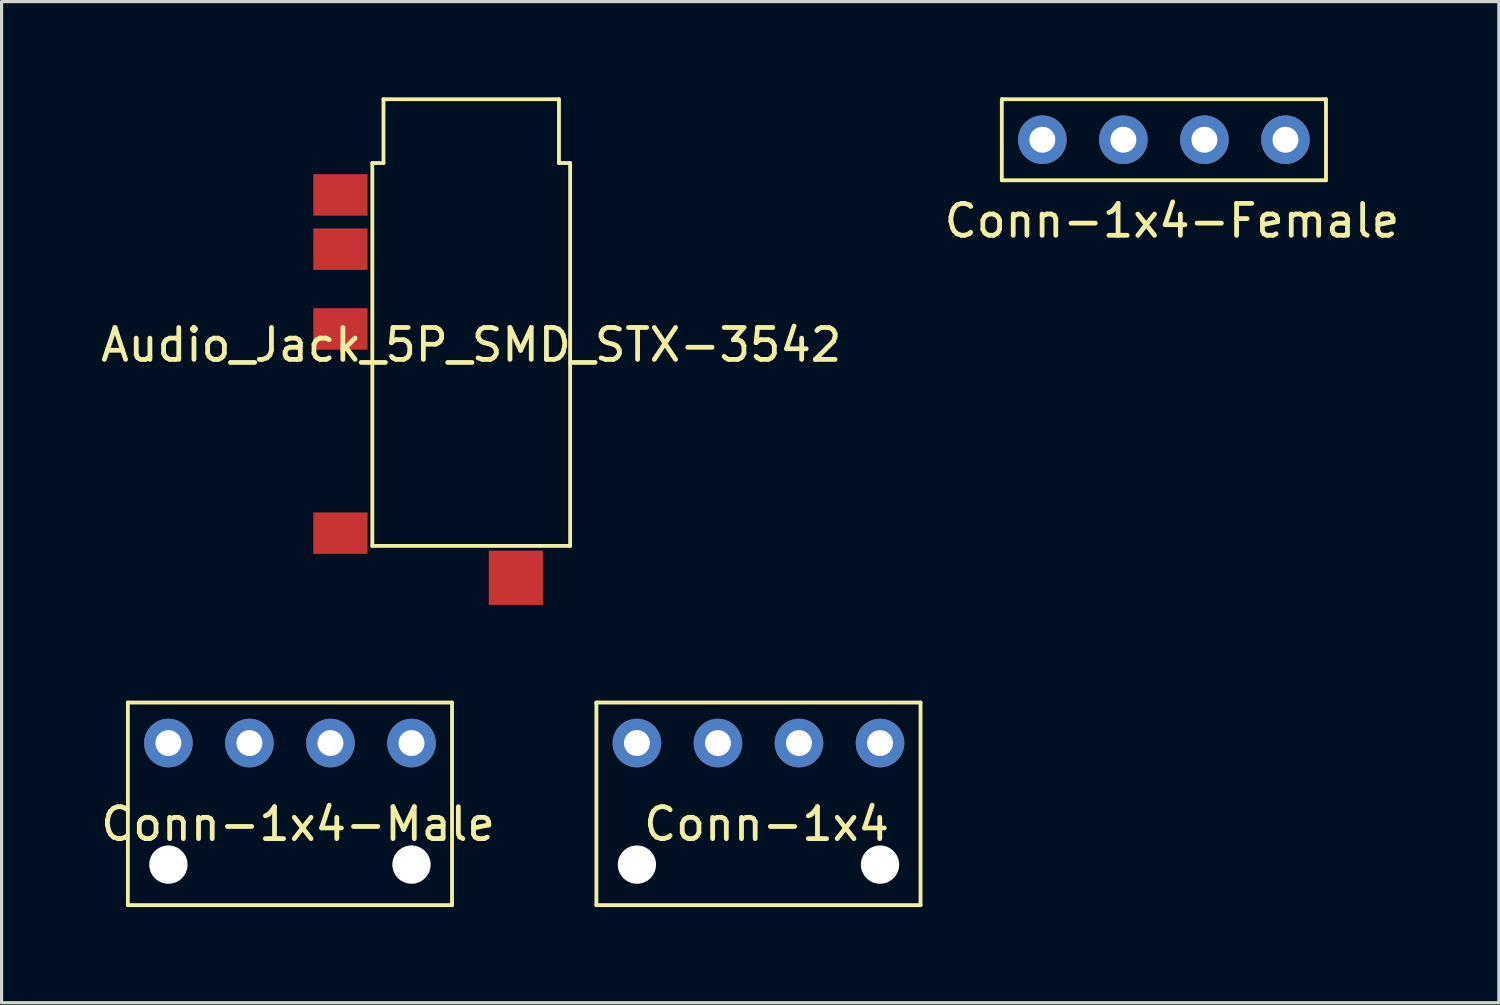
<source format=kicad_pcb>
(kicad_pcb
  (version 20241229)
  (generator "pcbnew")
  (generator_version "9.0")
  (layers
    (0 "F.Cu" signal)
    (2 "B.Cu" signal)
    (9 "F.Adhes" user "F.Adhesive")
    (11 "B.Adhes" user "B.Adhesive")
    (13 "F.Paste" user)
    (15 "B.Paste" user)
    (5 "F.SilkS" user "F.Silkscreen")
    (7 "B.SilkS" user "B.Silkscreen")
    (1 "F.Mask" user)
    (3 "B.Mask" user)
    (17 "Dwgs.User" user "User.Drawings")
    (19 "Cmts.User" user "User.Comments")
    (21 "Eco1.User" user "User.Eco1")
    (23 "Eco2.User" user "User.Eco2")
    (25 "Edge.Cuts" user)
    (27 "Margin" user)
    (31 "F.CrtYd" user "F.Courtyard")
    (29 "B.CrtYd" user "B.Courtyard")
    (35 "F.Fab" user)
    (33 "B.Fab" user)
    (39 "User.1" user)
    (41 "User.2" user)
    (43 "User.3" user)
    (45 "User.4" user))
  (footprint "Audio_Jack_5P_SMD_STX-3542"
    (layer "F.Cu")
    (at 11.72 8.06)
    (property "Reference" "Audio_Jack_5P_SMD_STX-3542" (at 0 -0.3 0) (layer "F.SilkS") (effects (font (size 1 1) (thickness 0.15))))
    (attr through_hole)
    (fp_line (start -3.1 6) (end -3.1 -6) (stroke (width 0.12) (type solid)) (layer "F.SilkS"))
    (fp_line (start -2.75 -8) (end -2.75 -6) (stroke (width 0.12) (type solid)) (layer "F.SilkS"))
    (fp_line (start -2.75 -6) (end -3.1 -6) (stroke (width 0.12) (type solid)) (layer "F.SilkS"))
    (fp_line (start 2.75 -8) (end -2.75 -8) (stroke (width 0.12) (type solid)) (layer "F.SilkS"))
    (fp_line (start 2.75 -8) (end 2.75 -6) (stroke (width 0.12) (type solid)) (layer "F.SilkS"))
    (fp_line (start 2.75 -6) (end 3.1 -6) (stroke (width 0.12) (type solid)) (layer "F.SilkS"))
    (fp_line (start 3.1 -6) (end 3.1 6) (stroke (width 0.12) (type solid)) (layer "F.SilkS"))
    (fp_line (start 3.1 6) (end -3.1 6) (stroke (width 0.12) (type solid)) (layer "F.SilkS"))
    (pad "1" smd rect (at -4.1 -5) (size 1.7 1.3) (layers "F.Cu" "F.Mask" "F.Paste"))
    (pad "2" smd rect (at -4.1 5.6) (size 1.7 1.3) (layers "F.Cu" "F.Mask" "F.Paste"))
    (pad "3" smd rect (at 1.4 7 90) (size 1.7 1.7) (layers "F.Cu" "F.Mask" "F.Paste"))
    (pad "4" smd rect (at -4.1 -0.8) (size 1.7 1.3) (layers "F.Cu" "F.Mask" "F.Paste"))
    (pad "5" smd rect (at -4.1 -3.3) (size 1.7 1.3) (layers "F.Cu" "F.Mask" "F.Paste")))
  (footprint "Conn-1x4"
    (layer "F.Cu")
    (at 16.913 20.24)
    (property "Reference" "Conn-1x4" (at 4.064 2.54 0) (layer "F.SilkS") (effects (font (size 1 1) (thickness 0.15))))
    (attr through_hole)
    (fp_line (start -1.27 -1.27) (end 8.89 -1.27) (stroke (width 0.12) (type solid)) (layer "F.SilkS"))
    (fp_line (start -1.27 5.08) (end -1.27 -1.27) (stroke (width 0.12) (type solid)) (layer "F.SilkS"))
    (fp_line (start 8.89 5.08) (end -1.27 5.08) (stroke (width 0.12) (type solid)) (layer "F.SilkS"))
    (fp_line (start 8.89 5.08) (end 8.89 -1.27) (stroke (width 0.12) (type solid)) (layer "F.SilkS"))
    (pad "" np_thru_hole circle (at 0 3.81 90) (size 1.2 1.2) (drill 1.2) (layers "*.Cu" "*.Mask"))
    (pad "" np_thru_hole circle (at 7.62 3.81 90) (size 1.2 1.2) (drill 1.2) (layers "*.Cu" "*.Mask"))
    (pad "1" thru_hole circle (at 0 0) (size 1.524 1.524) (drill 0.813) (layers "*.Cu" "*.Mask"))
    (pad "2" thru_hole circle (at 2.54 0) (size 1.524 1.524) (drill 0.813) (layers "*.Cu" "*.Mask"))
    (pad "3" thru_hole circle (at 5.08 0) (size 1.524 1.524) (drill 0.813) (layers "*.Cu" "*.Mask"))
    (pad "4" thru_hole circle (at 7.62 0) (size 1.524 1.524) (drill 0.813) (layers "*.Cu" "*.Mask")))
  (footprint "Conn-1x4-Female"
    (layer "F.Cu")
    (at 29.621 1.33)
    (property "Reference" "Conn-1x4-Female" (at 4.064 2.54 0) (layer "F.SilkS") (effects (font (size 1 1) (thickness 0.15))))
    (attr through_hole)
    (fp_line (start -1.27 -1.27) (end 8.89 -1.27) (stroke (width 0.12) (type solid)) (layer "F.SilkS"))
    (fp_line (start -1.27 1.27) (end -1.27 -1.27) (stroke (width 0.12) (type solid)) (layer "F.SilkS"))
    (fp_line (start 8.89 -1.27) (end 8.89 1.27) (stroke (width 0.12) (type solid)) (layer "F.SilkS"))
    (fp_line (start 8.89 1.27) (end -1.27 1.27) (stroke (width 0.12) (type solid)) (layer "F.SilkS"))
    (pad "1" thru_hole circle (at 0 0) (size 1.524 1.524) (drill 0.813) (layers "*.Cu" "*.Mask"))
    (pad "2" thru_hole circle (at 2.54 0) (size 1.524 1.524) (drill 0.813) (layers "*.Cu" "*.Mask"))
    (pad "3" thru_hole circle (at 5.08 0) (size 1.524 1.524) (drill 0.813) (layers "*.Cu" "*.Mask"))
    (pad "4" thru_hole circle (at 7.62 0) (size 1.524 1.524) (drill 0.813) (layers "*.Cu" "*.Mask")))
  (footprint "Conn-1x4-Male"
    (layer "F.Cu")
    (at 2.228 20.24)
    (property "Reference" "Conn-1x4-Male" (at 4.064 2.54 0) (layer "F.SilkS") (effects (font (size 1 1) (thickness 0.15))))
    (attr through_hole)
    (fp_line (start -1.27 -1.27) (end 8.89 -1.27) (stroke (width 0.12) (type solid)) (layer "F.SilkS"))
    (fp_line (start -1.27 5.08) (end -1.27 -1.27) (stroke (width 0.12) (type solid)) (layer "F.SilkS"))
    (fp_line (start 8.89 5.08) (end -1.27 5.08) (stroke (width 0.12) (type solid)) (layer "F.SilkS"))
    (fp_line (start 8.89 5.08) (end 8.89 -1.27) (stroke (width 0.12) (type solid)) (layer "F.SilkS"))
    (pad "" np_thru_hole circle (at 0 3.81 90) (size 1.2 1.2) (drill 1.2) (layers "*.Cu" "*.Mask"))
    (pad "" np_thru_hole circle (at 7.62 3.81 90) (size 1.2 1.2) (drill 1.2) (layers "*.Cu" "*.Mask"))
    (pad "1" thru_hole circle (at 0 0) (size 1.524 1.524) (drill 0.813) (layers "*.Cu" "*.Mask"))
    (pad "2" thru_hole circle (at 2.54 0) (size 1.524 1.524) (drill 0.813) (layers "*.Cu" "*.Mask"))
    (pad "3" thru_hole circle (at 5.08 0) (size 1.524 1.524) (drill 0.813) (layers "*.Cu" "*.Mask"))
    (pad "4" thru_hole circle (at 7.62 0) (size 1.524 1.524) (drill 0.813) (layers "*.Cu" "*.Mask")))
  (gr_rect
    (start -3 -3)
    (end 43.929 28.38)
    (stroke (width 0.1) (type default))
    (fill no)
    (layer "Edge.Cuts")))
</source>
